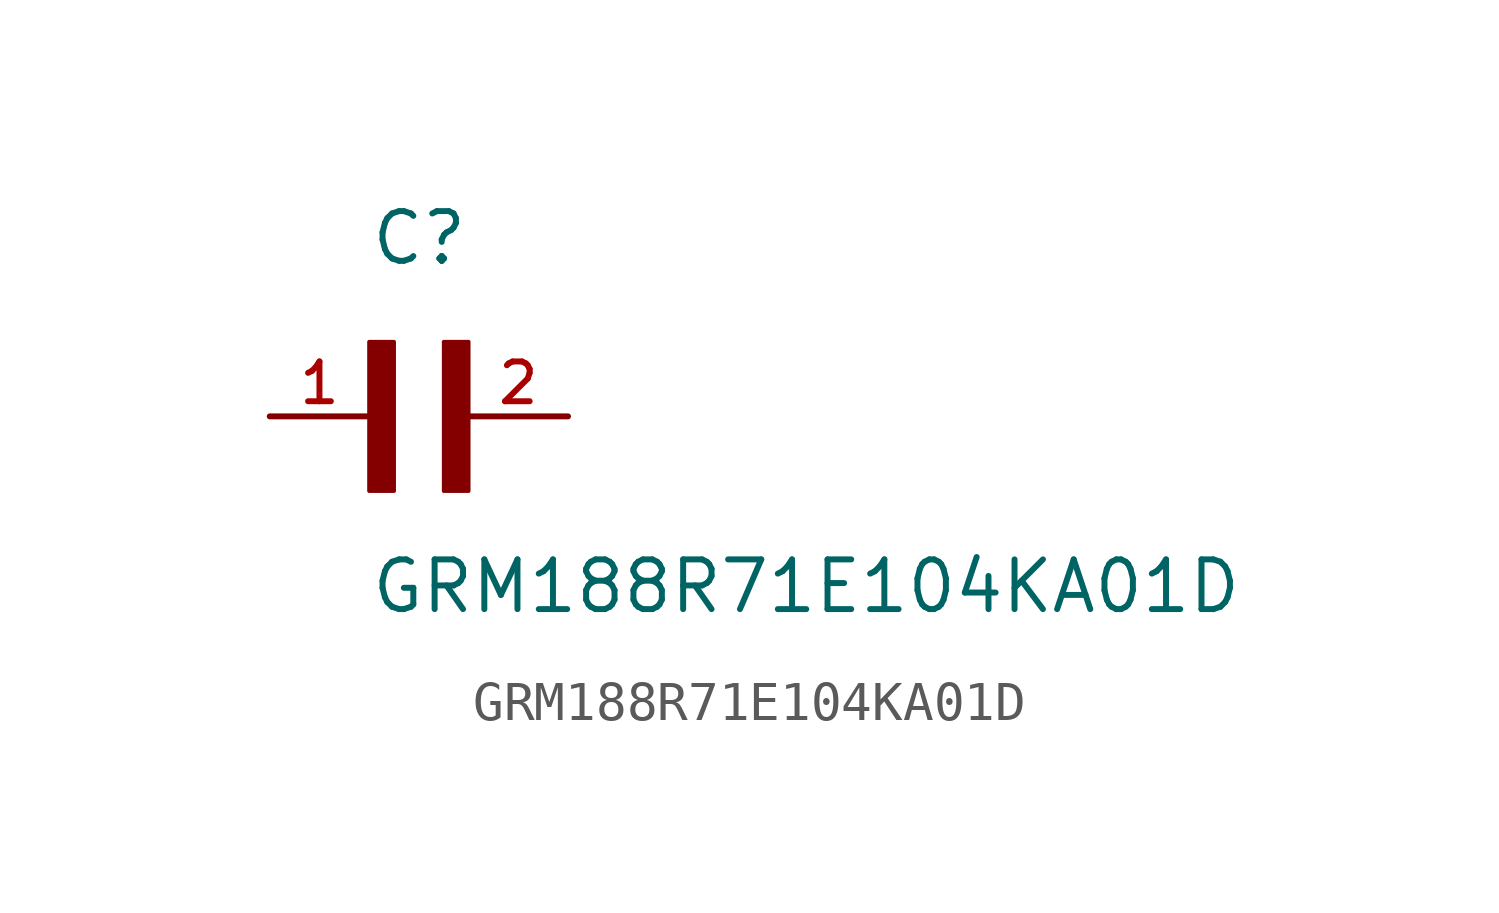
<source format=kicad_sym>
(kicad_symbol_lib
  (version 20211014)
  (generator kicad_symbol_editor)
  (symbol "GRM188R71E104KA01D"
    (pin_names
      (offset 1.016))
    (property "Reference" "C"
      (at 0.0 3.811 0)
      (effects (font (size 1.27 1.27)) (justify bottom left)))
    (property "Value" "GRM188R71E104KA01D"
      (at 0.0 -5.088 0)
      (effects (font (size 1.27 1.27)) (justify bottom left)))
    (symbol "GRM188R71E104KA01D_0_0"
      (rectangle (start 0.0 -1.907) (end 0.635 1.905) (stroke (width 0.1)) (fill (type outline)))
      (rectangle (start 1.907 -1.907) (end 2.54 1.905) (stroke (width 0.1)) (fill (type outline)))
      (pin passive line (at 5.08 0.0 180.0) (length 2.54) (name "~" (effects (font (size 1.016 1.016)))) (number "2" (effects (font (size 1.016 1.016)))))
      (pin passive line (at -2.54 0.0 0) (length 2.54) (name "~" (effects (font (size 1.016 1.016)))) (number "1" (effects (font (size 1.016 1.016))))))))
</source>
